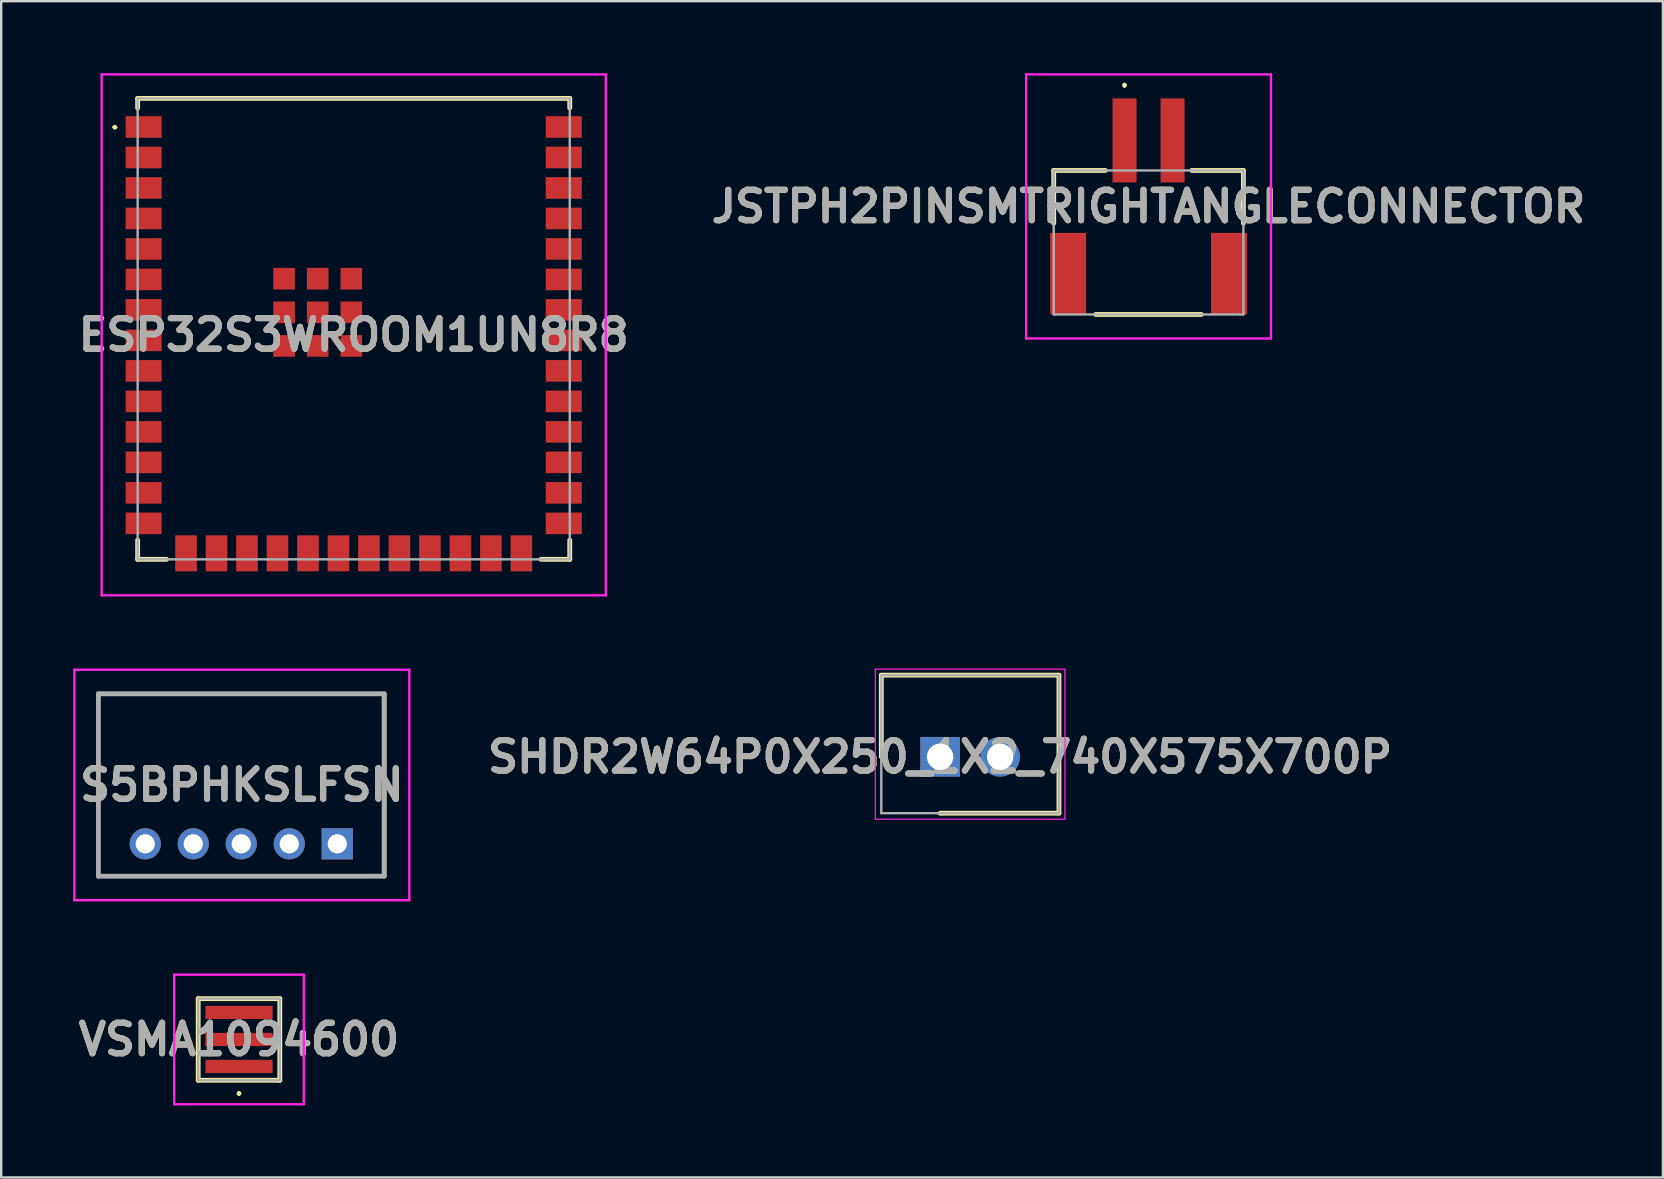
<source format=kicad_pcb>
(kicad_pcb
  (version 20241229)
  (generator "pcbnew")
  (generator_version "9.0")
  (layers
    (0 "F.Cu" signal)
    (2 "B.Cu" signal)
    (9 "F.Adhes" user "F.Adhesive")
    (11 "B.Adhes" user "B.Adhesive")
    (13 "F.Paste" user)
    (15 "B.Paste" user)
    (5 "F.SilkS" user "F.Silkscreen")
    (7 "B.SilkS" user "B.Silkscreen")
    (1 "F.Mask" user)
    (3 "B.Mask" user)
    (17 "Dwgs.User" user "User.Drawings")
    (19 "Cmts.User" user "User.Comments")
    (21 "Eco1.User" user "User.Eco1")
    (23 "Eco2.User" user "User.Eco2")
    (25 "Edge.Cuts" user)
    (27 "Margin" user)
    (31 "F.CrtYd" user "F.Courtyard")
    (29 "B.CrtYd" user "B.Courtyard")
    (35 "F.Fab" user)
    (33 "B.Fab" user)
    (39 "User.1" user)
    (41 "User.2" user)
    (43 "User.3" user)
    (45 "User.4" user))
  (footprint "JSTPH2PINSMTRIGHTANGLECONNECTOR"
    (layer "F.Cu")
    (at 44.795 7.05)
    (property "Reference" "JSTPH2PINSMTRIGHTANGLECONNECTOR" (at 0 -1.5 0) (layer "F.SilkS") (effects (font (size 1.27 1.27) (thickness 0.254))))
    (attr smd)
    (fp_line (start -3.95 -3) (end -1.8 -3) (stroke (width 0.2) (type solid)) (layer "F.SilkS"))
    (fp_line (start -3.95 -0.8) (end -3.95 -3) (stroke (width 0.2) (type solid)) (layer "F.SilkS"))
    (fp_line (start -2.2 3) (end 2.2 3) (stroke (width 0.2) (type solid)) (layer "F.SilkS"))
    (fp_line (start -1 -6.6) (end -1 -6.6) (stroke (width 0.1) (type solid)) (layer "F.SilkS"))
    (fp_line (start -1 -6.5) (end -1 -6.5) (stroke (width 0.1) (type solid)) (layer "F.SilkS"))
    (fp_line (start 1.8 -3) (end 3.95 -3) (stroke (width 0.2) (type solid)) (layer "F.SilkS"))
    (fp_line (start 3.95 -3) (end 3.95 -0.8) (stroke (width 0.2) (type solid)) (layer "F.SilkS"))
    (fp_arc (start -1 -6.6) (mid -0.95 -6.55) (end -1 -6.5) (stroke (width 0.1) (type solid)) (layer "F.SilkS"))
    (fp_arc (start -1 -6.5) (mid -1.05 -6.55) (end -1 -6.6) (stroke (width 0.1) (type solid)) (layer "F.SilkS"))
    (fp_line (start -5.1 -7) (end 5.1 -7) (stroke (width 0.1) (type solid)) (layer "F.CrtYd"))
    (fp_line (start -5.1 4) (end -5.1 -7) (stroke (width 0.1) (type solid)) (layer "F.CrtYd"))
    (fp_line (start 5.1 -7) (end 5.1 4) (stroke (width 0.1) (type solid)) (layer "F.CrtYd"))
    (fp_line (start 5.1 4) (end -5.1 4) (stroke (width 0.1) (type solid)) (layer "F.CrtYd"))
    (fp_line (start -3.95 -3) (end -3.95 3) (stroke (width 0.1) (type solid)) (layer "F.Fab"))
    (fp_line (start -3.95 3) (end 3.95 3) (stroke (width 0.1) (type solid)) (layer "F.Fab"))
    (fp_line (start 3.95 -3) (end -3.95 -3) (stroke (width 0.1) (type solid)) (layer "F.Fab"))
    (fp_line (start 3.95 3) (end 3.95 -3) (stroke (width 0.1) (type solid)) (layer "F.Fab"))
    (fp_text user "${REFERENCE}" (at 0 -1.5 0) (layer "F.Fab") (effects (font (size 1.27 1.27) (thickness 0.254))))
    (pad "1" smd rect (at -1 -4.25) (size 1 3.5) (layers "F.Cu" "F.Mask" "F.Paste"))
    (pad "2" smd rect (at 1 -4.25) (size 1 3.5) (layers "F.Cu" "F.Mask" "F.Paste"))
    (pad "MP1" smd rect (at -3.35 1.3) (size 1.5 3.4) (layers "F.Cu" "F.Mask" "F.Paste"))
    (pad "MP2" smd rect (at 3.35 1.3) (size 1.5 3.4) (layers "F.Cu" "F.Mask" "F.Paste")))
  (footprint "ESP32S3WROOM1UN8R8"
    (layer "F.Cu")
    (at 11.684 10.65)
    (property "Reference" "ESP32S3WROOM1UN8R8" (at 0 0.25 0) (layer "F.SilkS") (effects (font (size 1.27 1.27) (thickness 0.254))))
    (attr smd)
    (fp_line (start -10 -8.4) (end -10 -8.4) (stroke (width 0.1) (type solid)) (layer "F.SilkS"))
    (fp_line (start -9.9 -8.4) (end -9.9 -8.4) (stroke (width 0.1) (type solid)) (layer "F.SilkS"))
    (fp_line (start -9 -9.6) (end 9 -9.6) (stroke (width 0.2) (type solid)) (layer "F.SilkS"))
    (fp_line (start -9 -9.2) (end -9 -9.6) (stroke (width 0.2) (type solid)) (layer "F.SilkS"))
    (fp_line (start -9 8.8) (end -9 9.6) (stroke (width 0.2) (type solid)) (layer "F.SilkS"))
    (fp_line (start -9 9.6) (end -7.8 9.6) (stroke (width 0.2) (type solid)) (layer "F.SilkS"))
    (fp_line (start 7.8 9.6) (end 9 9.6) (stroke (width 0.2) (type solid)) (layer "F.SilkS"))
    (fp_line (start 9 -9.6) (end 9 -9.2) (stroke (width 0.2) (type solid)) (layer "F.SilkS"))
    (fp_line (start 9 9.6) (end 9 8.8) (stroke (width 0.2) (type solid)) (layer "F.SilkS"))
    (fp_arc (start -10 -8.4) (mid -9.95 -8.45) (end -9.9 -8.4) (stroke (width 0.1) (type solid)) (layer "F.SilkS"))
    (fp_arc (start -9.9 -8.4) (mid -9.95 -8.35) (end -10 -8.4) (stroke (width 0.1) (type solid)) (layer "F.SilkS"))
    (fp_line (start -10.5 -10.6) (end 10.5 -10.6) (stroke (width 0.1) (type solid)) (layer "F.CrtYd"))
    (fp_line (start -10.5 11.1) (end -10.5 -10.6) (stroke (width 0.1) (type solid)) (layer "F.CrtYd"))
    (fp_line (start 10.5 -10.6) (end 10.5 11.1) (stroke (width 0.1) (type solid)) (layer "F.CrtYd"))
    (fp_line (start 10.5 11.1) (end -10.5 11.1) (stroke (width 0.1) (type solid)) (layer "F.CrtYd"))
    (fp_line (start -9 -9.6) (end -9 9.6) (stroke (width 0.1) (type solid)) (layer "F.Fab"))
    (fp_line (start -9 9.6) (end 9 9.6) (stroke (width 0.1) (type solid)) (layer "F.Fab"))
    (fp_line (start 9 -9.6) (end -9 -9.6) (stroke (width 0.1) (type solid)) (layer "F.Fab"))
    (fp_line (start 9 9.6) (end 9 -9.6) (stroke (width 0.1) (type solid)) (layer "F.Fab"))
    (fp_text user "${REFERENCE}" (at 0 0.25 0) (layer "F.Fab") (effects (font (size 1.27 1.27) (thickness 0.254))))
    (pad "1" smd rect (at -8.75 -8.41 90) (size 0.9 1.5) (layers "F.Cu" "F.Mask" "F.Paste"))
    (pad "2" smd rect (at -8.75 -7.14 90) (size 0.9 1.5) (layers "F.Cu" "F.Mask" "F.Paste"))
    (pad "3" smd rect (at -8.75 -5.87 90) (size 0.9 1.5) (layers "F.Cu" "F.Mask" "F.Paste"))
    (pad "4" smd rect (at -8.75 -4.6 90) (size 0.9 1.5) (layers "F.Cu" "F.Mask" "F.Paste"))
    (pad "5" smd rect (at -8.75 -3.33 90) (size 0.9 1.5) (layers "F.Cu" "F.Mask" "F.Paste"))
    (pad "6" smd rect (at -8.75 -2.06 90) (size 0.9 1.5) (layers "F.Cu" "F.Mask" "F.Paste"))
    (pad "7" smd rect (at -8.75 -0.79 90) (size 0.9 1.5) (layers "F.Cu" "F.Mask" "F.Paste"))
    (pad "8" smd rect (at -8.75 0.48 90) (size 0.9 1.5) (layers "F.Cu" "F.Mask" "F.Paste"))
    (pad "9" smd rect (at -8.75 1.75 90) (size 0.9 1.5) (layers "F.Cu" "F.Mask" "F.Paste"))
    (pad "10" smd rect (at -8.75 3.02 90) (size 0.9 1.5) (layers "F.Cu" "F.Mask" "F.Paste"))
    (pad "11" smd rect (at -8.75 4.29 90) (size 0.9 1.5) (layers "F.Cu" "F.Mask" "F.Paste"))
    (pad "12" smd rect (at -8.75 5.56 90) (size 0.9 1.5) (layers "F.Cu" "F.Mask" "F.Paste"))
    (pad "13" smd rect (at -8.75 6.83 90) (size 0.9 1.5) (layers "F.Cu" "F.Mask" "F.Paste"))
    (pad "14" smd rect (at -8.75 8.1 90) (size 0.9 1.5) (layers "F.Cu" "F.Mask" "F.Paste"))
    (pad "15" smd rect (at -6.985 9.35) (size 0.9 1.5) (layers "F.Cu" "F.Mask" "F.Paste"))
    (pad "16" smd rect (at -5.715 9.35) (size 0.9 1.5) (layers "F.Cu" "F.Mask" "F.Paste"))
    (pad "17" smd rect (at -4.445 9.35) (size 0.9 1.5) (layers "F.Cu" "F.Mask" "F.Paste"))
    (pad "18" smd rect (at -3.175 9.35) (size 0.9 1.5) (layers "F.Cu" "F.Mask" "F.Paste"))
    (pad "19" smd rect (at -1.905 9.35) (size 0.9 1.5) (layers "F.Cu" "F.Mask" "F.Paste"))
    (pad "20" smd rect (at -0.635 9.35) (size 0.9 1.5) (layers "F.Cu" "F.Mask" "F.Paste"))
    (pad "21" smd rect (at 0.635 9.35) (size 0.9 1.5) (layers "F.Cu" "F.Mask" "F.Paste"))
    (pad "22" smd rect (at 1.905 9.35) (size 0.9 1.5) (layers "F.Cu" "F.Mask" "F.Paste"))
    (pad "23" smd rect (at 3.175 9.35) (size 0.9 1.5) (layers "F.Cu" "F.Mask" "F.Paste"))
    (pad "24" smd rect (at 4.445 9.35) (size 0.9 1.5) (layers "F.Cu" "F.Mask" "F.Paste"))
    (pad "25" smd rect (at 5.715 9.35) (size 0.9 1.5) (layers "F.Cu" "F.Mask" "F.Paste"))
    (pad "26" smd rect (at 6.985 9.35) (size 0.9 1.5) (layers "F.Cu" "F.Mask" "F.Paste"))
    (pad "27" smd rect (at 8.75 8.1 90) (size 0.9 1.5) (layers "F.Cu" "F.Mask" "F.Paste"))
    (pad "28" smd rect (at 8.75 6.83 90) (size 0.9 1.5) (layers "F.Cu" "F.Mask" "F.Paste"))
    (pad "29" smd rect (at 8.75 5.56 90) (size 0.9 1.5) (layers "F.Cu" "F.Mask" "F.Paste"))
    (pad "30" smd rect (at 8.75 4.29 90) (size 0.9 1.5) (layers "F.Cu" "F.Mask" "F.Paste"))
    (pad "31" smd rect (at 8.75 3.02 90) (size 0.9 1.5) (layers "F.Cu" "F.Mask" "F.Paste"))
    (pad "32" smd rect (at 8.75 1.75 90) (size 0.9 1.5) (layers "F.Cu" "F.Mask" "F.Paste"))
    (pad "33" smd rect (at 8.75 0.48 90) (size 0.9 1.5) (layers "F.Cu" "F.Mask" "F.Paste"))
    (pad "34" smd rect (at 8.75 -0.79 90) (size 0.9 1.5) (layers "F.Cu" "F.Mask" "F.Paste"))
    (pad "35" smd rect (at 8.75 -2.06 90) (size 0.9 1.5) (layers "F.Cu" "F.Mask" "F.Paste"))
    (pad "36" smd rect (at 8.75 -3.33 90) (size 0.9 1.5) (layers "F.Cu" "F.Mask" "F.Paste"))
    (pad "37" smd rect (at 8.75 -4.6 90) (size 0.9 1.5) (layers "F.Cu" "F.Mask" "F.Paste"))
    (pad "38" smd rect (at 8.75 -5.87 90) (size 0.9 1.5) (layers "F.Cu" "F.Mask" "F.Paste"))
    (pad "39" smd rect (at 8.75 -7.14 90) (size 0.9 1.5) (layers "F.Cu" "F.Mask" "F.Paste"))
    (pad "40" smd rect (at 8.75 -8.41 90) (size 0.9 1.5) (layers "F.Cu" "F.Mask" "F.Paste"))
    (pad "41" smd rect (at -1.5 -0.69 90) (size 0.9 0.9) (layers "F.Cu" "F.Mask" "F.Paste"))
    (pad "42" smd rect (at -2.9 -2.09 90) (size 0.9 0.9) (layers "F.Cu" "F.Mask" "F.Paste"))
    (pad "43" smd rect (at -2.9 -0.69 90) (size 0.9 0.9) (layers "F.Cu" "F.Mask" "F.Paste"))
    (pad "44" smd rect (at -2.9 0.71 90) (size 0.9 0.9) (layers "F.Cu" "F.Mask" "F.Paste"))
    (pad "45" smd rect (at -1.5 0.71 90) (size 0.9 0.9) (layers "F.Cu" "F.Mask" "F.Paste"))
    (pad "46" smd rect (at -0.1 0.71 90) (size 0.9 0.9) (layers "F.Cu" "F.Mask" "F.Paste"))
    (pad "47" smd rect (at -0.1 -0.69 90) (size 0.9 0.9) (layers "F.Cu" "F.Mask" "F.Paste"))
    (pad "48" smd rect (at -0.1 -2.09 90) (size 0.9 0.9) (layers "F.Cu" "F.Mask" "F.Paste"))
    (pad "49" smd rect (at -1.5 -2.09 90) (size 0.9 0.9) (layers "F.Cu" "F.Mask" "F.Paste")))
  (footprint "S5BPHKSLFSN"
    (layer "F.Cu")
    (at 11 32.1)
    (property "Reference" "S5BPHKSLFSN" (at -3.975 -2.45 0) (layer "F.SilkS") (effects (font (size 1.27 1.27) (thickness 0.254))))
    (attr through_hole)
    (fp_line (start -9.95 -6.25) (end 2 -6.25) (stroke (width 0.1) (type solid)) (layer "F.SilkS"))
    (fp_line (start -9.95 1.35) (end -9.95 -6.25) (stroke (width 0.1) (type solid)) (layer "F.SilkS"))
    (fp_line (start 2 -6.25) (end 2 1.35) (stroke (width 0.1) (type solid)) (layer "F.SilkS"))
    (fp_line (start 2 1.35) (end -9.95 1.35) (stroke (width 0.1) (type solid)) (layer "F.SilkS"))
    (fp_line (start -10.95 -7.25) (end 3 -7.25) (stroke (width 0.1) (type solid)) (layer "F.CrtYd"))
    (fp_line (start -10.95 2.35) (end -10.95 -7.25) (stroke (width 0.1) (type solid)) (layer "F.CrtYd"))
    (fp_line (start 3 -7.25) (end 3 2.35) (stroke (width 0.1) (type solid)) (layer "F.CrtYd"))
    (fp_line (start 3 2.35) (end -10.95 2.35) (stroke (width 0.1) (type solid)) (layer "F.CrtYd"))
    (fp_line (start -9.95 -6.25) (end 1.95 -6.25) (stroke (width 0.2) (type solid)) (layer "F.Fab"))
    (fp_line (start -9.95 1.35) (end -9.95 -6.25) (stroke (width 0.2) (type solid)) (layer "F.Fab"))
    (fp_line (start 1.95 -6.25) (end 1.95 1.35) (stroke (width 0.2) (type solid)) (layer "F.Fab"))
    (fp_line (start 1.95 1.35) (end -9.95 1.35) (stroke (width 0.2) (type solid)) (layer "F.Fab"))
    (fp_text user "${REFERENCE}" (at -3.975 -2.45 0) (layer "F.Fab") (effects (font (size 1.27 1.27) (thickness 0.254))))
    (pad "1" thru_hole rect (at 0 0) (size 1.3 1.3) (drill 0.8) (layers "*.Cu" "*.Mask"))
    (pad "2" thru_hole circle (at -2 0) (size 1.3 1.3) (drill 0.8) (layers "*.Cu" "*.Mask"))
    (pad "3" thru_hole circle (at -4 0) (size 1.3 1.3) (drill 0.8) (layers "*.Cu" "*.Mask"))
    (pad "4" thru_hole circle (at -6 0) (size 1.3 1.3) (drill 0.8) (layers "*.Cu" "*.Mask"))
    (pad "5" thru_hole circle (at -8 0) (size 1.3 1.3) (drill 0.8) (layers "*.Cu" "*.Mask")))
  (footprint "VSMA1094600"
    (layer "F.Cu")
    (at 6.906 40.25)
    (property "Reference" "VSMA1094600" (at 0 0 0) (layer "F.SilkS") (effects (font (size 1.27 1.27) (thickness 0.254))))
    (attr smd)
    (fp_line (start -1.7 -1.7) (end 1.7 -1.7) (stroke (width 0.2) (type solid)) (layer "F.SilkS"))
    (fp_line (start -1.7 1.7) (end -1.7 -1.7) (stroke (width 0.2) (type solid)) (layer "F.SilkS"))
    (fp_line (start 0 2.2) (end 0 2.2) (stroke (width 0.1) (type solid)) (layer "F.SilkS"))
    (fp_line (start 0 2.3) (end 0 2.3) (stroke (width 0.1) (type solid)) (layer "F.SilkS"))
    (fp_line (start 1.7 -1.7) (end 1.7 1.7) (stroke (width 0.2) (type solid)) (layer "F.SilkS"))
    (fp_line (start 1.7 1.7) (end -1.7 1.7) (stroke (width 0.2) (type solid)) (layer "F.SilkS"))
    (fp_arc (start 0 2.2) (mid 0.05 2.25) (end 0 2.3) (stroke (width 0.1) (type solid)) (layer "F.SilkS"))
    (fp_arc (start 0 2.3) (mid -0.05 2.25) (end 0 2.2) (stroke (width 0.1) (type solid)) (layer "F.SilkS"))
    (fp_line (start -2.7 -2.7) (end 2.7 -2.7) (stroke (width 0.1) (type solid)) (layer "F.CrtYd"))
    (fp_line (start -2.7 2.7) (end -2.7 -2.7) (stroke (width 0.1) (type solid)) (layer "F.CrtYd"))
    (fp_line (start 2.7 -2.7) (end 2.7 2.7) (stroke (width 0.1) (type solid)) (layer "F.CrtYd"))
    (fp_line (start 2.7 2.7) (end -2.7 2.7) (stroke (width 0.1) (type solid)) (layer "F.CrtYd"))
    (fp_line (start -1.7 -1.7) (end 1.7 -1.7) (stroke (width 0.1) (type solid)) (layer "F.Fab"))
    (fp_line (start -1.7 1.7) (end -1.7 -1.7) (stroke (width 0.1) (type solid)) (layer "F.Fab"))
    (fp_line (start 1.7 -1.7) (end 1.7 1.7) (stroke (width 0.1) (type solid)) (layer "F.Fab"))
    (fp_line (start 1.7 1.7) (end -1.7 1.7) (stroke (width 0.1) (type solid)) (layer "F.Fab"))
    (fp_text user "${REFERENCE}" (at 0 0 0) (layer "F.Fab") (effects (font (size 1.27 1.27) (thickness 0.254))))
    (pad "1" smd rect (at 0 1.125 90) (size 0.55 2.8) (layers "F.Cu" "F.Mask" "F.Paste"))
    (pad "2" smd rect (at 0 -1.125 90) (size 0.55 2.8) (layers "F.Cu" "F.Mask" "F.Paste"))
    (pad "3" smd rect (at 0 0 90) (size 0.55 2.8) (layers "F.Cu" "F.Mask" "F.Paste")))
  (footprint "SHDR2W64P0X250_1X2_740X575X700P"
    (layer "F.Cu")
    (at 36.112 28.475)
    (property "Reference" "SHDR2W64P0X250_1X2_740X575X700P" (at 0 0 0) (layer "F.SilkS") (effects (font (size 1.27 1.27) (thickness 0.254))))
    (attr through_hole)
    (fp_line (start -2.45 -3.4) (end -2.45 0) (stroke (width 0.2) (type solid)) (layer "F.SilkS"))
    (fp_line (start 0 2.35) (end 4.95 2.35) (stroke (width 0.2) (type solid)) (layer "F.SilkS"))
    (fp_line (start 4.95 -3.4) (end -2.45 -3.4) (stroke (width 0.2) (type solid)) (layer "F.SilkS"))
    (fp_line (start 4.95 2.35) (end 4.95 -3.4) (stroke (width 0.2) (type solid)) (layer "F.SilkS"))
    (fp_line (start -2.7 -3.65) (end 5.2 -3.65) (stroke (width 0.05) (type solid)) (layer "F.CrtYd"))
    (fp_line (start -2.7 2.6) (end -2.7 -3.65) (stroke (width 0.05) (type solid)) (layer "F.CrtYd"))
    (fp_line (start 5.2 -3.65) (end 5.2 2.6) (stroke (width 0.05) (type solid)) (layer "F.CrtYd"))
    (fp_line (start 5.2 2.6) (end -2.7 2.6) (stroke (width 0.05) (type solid)) (layer "F.CrtYd"))
    (fp_line (start -2.45 -3.4) (end 4.95 -3.4) (stroke (width 0.1) (type solid)) (layer "F.Fab"))
    (fp_line (start -2.45 2.35) (end -2.45 -3.4) (stroke (width 0.1) (type solid)) (layer "F.Fab"))
    (fp_line (start 4.95 -3.4) (end 4.95 2.35) (stroke (width 0.1) (type solid)) (layer "F.Fab"))
    (fp_line (start 4.95 2.35) (end -2.45 2.35) (stroke (width 0.1) (type solid)) (layer "F.Fab"))
    (fp_text user "${REFERENCE}" (at 0 0 0) (layer "F.Fab") (effects (font (size 1.27 1.27) (thickness 0.254))))
    (pad "1" thru_hole rect (at 0 0) (size 1.65 1.65) (drill 1.1) (layers "*.Cu" "*.Mask"))
    (pad "2" thru_hole circle (at 2.5 0) (size 1.65 1.65) (drill 1.1) (layers "*.Cu" "*.Mask")))
  (gr_rect
    (start -3 -3)
    (end 66.222 46)
    (stroke (width 0.1) (type default))
    (fill no)
    (layer "Edge.Cuts")))
</source>
